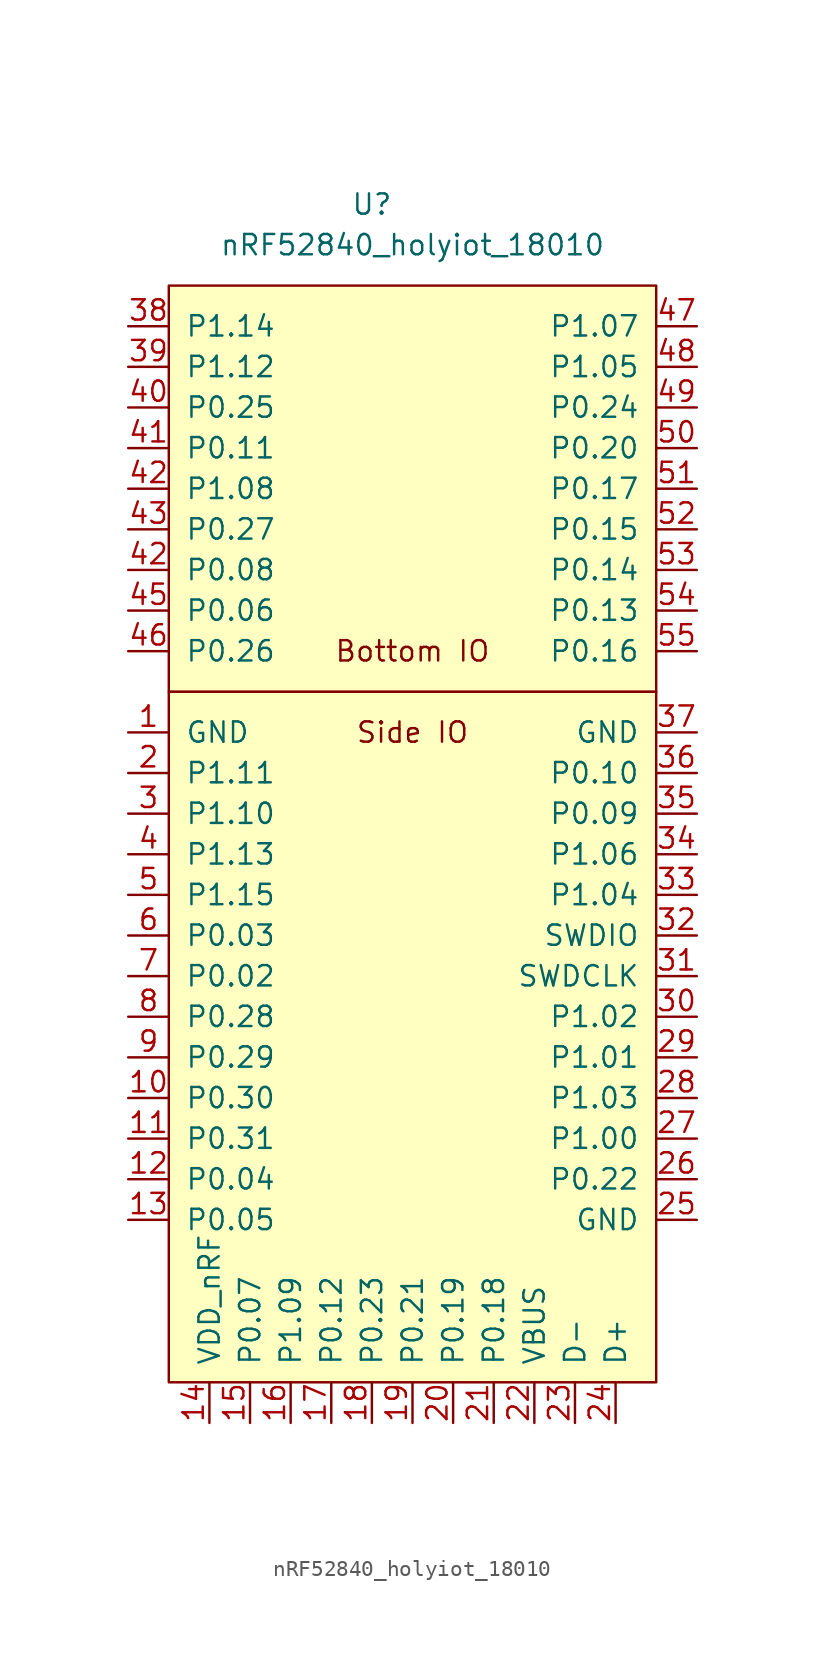
<source format=kicad_sym>
(kicad_symbol_lib
  (version 20211014)
  (generator kicad_symbol_editor)
  (symbol "nRF52840_holyiot_18010"
    (pin_names
      (offset 1.016))
    (property "Reference" "U"
      (at -2.54 30.48 0)
      (effects (font (size 1.27 1.27))))
    (property "Value" "nRF52840_holyiot_18010"
      (at 0 27.94 0)
      (effects (font (size 1.27 1.27))))
    (symbol "nRF52840_holyiot_18010_0_0"
      (rectangle (start -15.24 0) (end 15.24 -43.18) (stroke (width 0) (type default) (color 0 0 0 0)) (fill (type background)))
      (rectangle (start -15.24 0) (end 15.24 25.4) (stroke (width 0) (type default) (color 0 0 0 0)) (fill (type background)))
      (text "Bottom IO" (at 0 2.54 0) (effects (font (size 1.27 1.27))))
      (text "Side IO" (at 0 -2.54 0) (effects (font (size 1.27 1.27)))))
    (symbol "nRF52840_holyiot_18010_1_1"
      (pin power_in line (at -17.78 -2.54 0) (length 2.54) (name "GND" (effects (font (size 1.27 1.27)))) (number "1" (effects (font (size 1.27 1.27)))))
      (pin bidirectional line (at -17.78 -25.4 0) (length 2.54) (name "P0.30" (effects (font (size 1.27 1.27)))) (number "10" (effects (font (size 1.27 1.27)))))
      (pin bidirectional line (at -17.78 -27.94 0) (length 2.54) (name "P0.31" (effects (font (size 1.27 1.27)))) (number "11" (effects (font (size 1.27 1.27)))))
      (pin bidirectional line (at -17.78 -30.48 0) (length 2.54) (name "P0.04" (effects (font (size 1.27 1.27)))) (number "12" (effects (font (size 1.27 1.27)))))
      (pin bidirectional line (at -17.78 -33.02 0) (length 2.54) (name "P0.05" (effects (font (size 1.27 1.27)))) (number "13" (effects (font (size 1.27 1.27)))))
      (pin power_in line (at -12.7 -45.72 90) (length 2.54) (name "VDD_nRF" (effects (font (size 1.27 1.27)))) (number "14" (effects (font (size 1.27 1.27)))))
      (pin bidirectional line (at -10.16 -45.72 90) (length 2.54) (name "P0.07" (effects (font (size 1.27 1.27)))) (number "15" (effects (font (size 1.27 1.27)))))
      (pin bidirectional line (at -7.62 -45.72 90) (length 2.54) (name "P1.09" (effects (font (size 1.27 1.27)))) (number "16" (effects (font (size 1.27 1.27)))))
      (pin bidirectional line (at -5.08 -45.72 90) (length 2.54) (name "P0.12" (effects (font (size 1.27 1.27)))) (number "17" (effects (font (size 1.27 1.27)))))
      (pin bidirectional line (at -2.54 -45.72 90) (length 2.54) (name "P0.23" (effects (font (size 1.27 1.27)))) (number "18" (effects (font (size 1.27 1.27)))))
      (pin bidirectional line (at 0 -45.72 90) (length 2.54) (name "P0.21" (effects (font (size 1.27 1.27)))) (number "19" (effects (font (size 1.27 1.27)))))
      (pin bidirectional line (at -17.78 -5.08 0) (length 2.54) (name "P1.11" (effects (font (size 1.27 1.27)))) (number "2" (effects (font (size 1.27 1.27)))))
      (pin bidirectional line (at 2.54 -45.72 90) (length 2.54) (name "P0.19" (effects (font (size 1.27 1.27)))) (number "20" (effects (font (size 1.27 1.27)))))
      (pin bidirectional line (at 5.08 -45.72 90) (length 2.54) (name "P0.18" (effects (font (size 1.27 1.27)))) (number "21" (effects (font (size 1.27 1.27)))))
      (pin power_in line (at 7.62 -45.72 90) (length 2.54) (name "VBUS" (effects (font (size 1.27 1.27)))) (number "22" (effects (font (size 1.27 1.27)))))
      (pin bidirectional line (at 10.16 -45.72 90) (length 2.54) (name "D-" (effects (font (size 1.27 1.27)))) (number "23" (effects (font (size 1.27 1.27)))))
      (pin bidirectional line (at 12.7 -45.72 90) (length 2.54) (name "D+" (effects (font (size 1.27 1.27)))) (number "24" (effects (font (size 1.27 1.27)))))
      (pin power_in line (at 17.78 -33.02 180) (length 2.54) (name "GND" (effects (font (size 1.27 1.27)))) (number "25" (effects (font (size 1.27 1.27)))))
      (pin bidirectional line (at 17.78 -30.48 180) (length 2.54) (name "P0.22" (effects (font (size 1.27 1.27)))) (number "26" (effects (font (size 1.27 1.27)))))
      (pin bidirectional line (at 17.78 -27.94 180) (length 2.54) (name "P1.00" (effects (font (size 1.27 1.27)))) (number "27" (effects (font (size 1.27 1.27)))))
      (pin bidirectional line (at 17.78 -25.4 180) (length 2.54) (name "P1.03" (effects (font (size 1.27 1.27)))) (number "28" (effects (font (size 1.27 1.27)))))
      (pin bidirectional line (at 17.78 -22.86 180) (length 2.54) (name "P1.01" (effects (font (size 1.27 1.27)))) (number "29" (effects (font (size 1.27 1.27)))))
      (pin bidirectional line (at -17.78 -7.62 0) (length 2.54) (name "P1.10" (effects (font (size 1.27 1.27)))) (number "3" (effects (font (size 1.27 1.27)))))
      (pin bidirectional line (at 17.78 -20.32 180) (length 2.54) (name "P1.02" (effects (font (size 1.27 1.27)))) (number "30" (effects (font (size 1.27 1.27)))))
      (pin bidirectional line (at 17.78 -17.78 180) (length 2.54) (name "SWDCLK" (effects (font (size 1.27 1.27)))) (number "31" (effects (font (size 1.27 1.27)))))
      (pin bidirectional line (at 17.78 -15.24 180) (length 2.54) (name "SWDIO" (effects (font (size 1.27 1.27)))) (number "32" (effects (font (size 1.27 1.27)))))
      (pin bidirectional line (at 17.78 -12.7 180) (length 2.54) (name "P1.04" (effects (font (size 1.27 1.27)))) (number "33" (effects (font (size 1.27 1.27)))))
      (pin bidirectional line (at 17.78 -10.16 180) (length 2.54) (name "P1.06" (effects (font (size 1.27 1.27)))) (number "34" (effects (font (size 1.27 1.27)))))
      (pin bidirectional line (at 17.78 -7.62 180) (length 2.54) (name "P0.09" (effects (font (size 1.27 1.27)))) (number "35" (effects (font (size 1.27 1.27)))))
      (pin bidirectional line (at 17.78 -5.08 180) (length 2.54) (name "P0.10" (effects (font (size 1.27 1.27)))) (number "36" (effects (font (size 1.27 1.27)))))
      (pin power_in line (at 17.78 -2.54 180) (length 2.54) (name "GND" (effects (font (size 1.27 1.27)))) (number "37" (effects (font (size 1.27 1.27)))))
      (pin bidirectional line (at -17.78 22.86 0) (length 2.54) (name "P1.14" (effects (font (size 1.27 1.27)))) (number "38" (effects (font (size 1.27 1.27)))))
      (pin bidirectional line (at -17.78 20.32 0) (length 2.54) (name "P1.12" (effects (font (size 1.27 1.27)))) (number "39" (effects (font (size 1.27 1.27)))))
      (pin bidirectional line (at -17.78 -10.16 0) (length 2.54) (name "P1.13" (effects (font (size 1.27 1.27)))) (number "4" (effects (font (size 1.27 1.27)))))
      (pin bidirectional line (at -17.78 17.78 0) (length 2.54) (name "P0.25" (effects (font (size 1.27 1.27)))) (number "40" (effects (font (size 1.27 1.27)))))
      (pin bidirectional line (at -17.78 15.24 0) (length 2.54) (name "P0.11" (effects (font (size 1.27 1.27)))) (number "41" (effects (font (size 1.27 1.27)))))
      (pin bidirectional line (at -17.78 7.62 0) (length 2.54) (name "P0.08" (effects (font (size 1.27 1.27)))) (number "42" (effects (font (size 1.27 1.27)))))
      (pin bidirectional line (at -17.78 12.7 0) (length 2.54) (name "P1.08" (effects (font (size 1.27 1.27)))) (number "42" (effects (font (size 1.27 1.27)))))
      (pin bidirectional line (at -17.78 10.16 0) (length 2.54) (name "P0.27" (effects (font (size 1.27 1.27)))) (number "43" (effects (font (size 1.27 1.27)))))
      (pin bidirectional line (at -17.78 5.08 0) (length 2.54) (name "P0.06" (effects (font (size 1.27 1.27)))) (number "45" (effects (font (size 1.27 1.27)))))
      (pin bidirectional line (at -17.78 2.54 0) (length 2.54) (name "P0.26" (effects (font (size 1.27 1.27)))) (number "46" (effects (font (size 1.27 1.27)))))
      (pin bidirectional line (at 17.78 22.86 180) (length 2.54) (name "P1.07" (effects (font (size 1.27 1.27)))) (number "47" (effects (font (size 1.27 1.27)))))
      (pin bidirectional line (at 17.78 20.32 180) (length 2.54) (name "P1.05" (effects (font (size 1.27 1.27)))) (number "48" (effects (font (size 1.27 1.27)))))
      (pin bidirectional line (at 17.78 17.78 180) (length 2.54) (name "P0.24" (effects (font (size 1.27 1.27)))) (number "49" (effects (font (size 1.27 1.27)))))
      (pin bidirectional line (at -17.78 -12.7 0) (length 2.54) (name "P1.15" (effects (font (size 1.27 1.27)))) (number "5" (effects (font (size 1.27 1.27)))))
      (pin bidirectional line (at 17.78 15.24 180) (length 2.54) (name "P0.20" (effects (font (size 1.27 1.27)))) (number "50" (effects (font (size 1.27 1.27)))))
      (pin bidirectional line (at 17.78 12.7 180) (length 2.54) (name "P0.17" (effects (font (size 1.27 1.27)))) (number "51" (effects (font (size 1.27 1.27)))))
      (pin bidirectional line (at 17.78 10.16 180) (length 2.54) (name "P0.15" (effects (font (size 1.27 1.27)))) (number "52" (effects (font (size 1.27 1.27)))))
      (pin bidirectional line (at 17.78 7.62 180) (length 2.54) (name "P0.14" (effects (font (size 1.27 1.27)))) (number "53" (effects (font (size 1.27 1.27)))))
      (pin bidirectional line (at 17.78 5.08 180) (length 2.54) (name "P0.13" (effects (font (size 1.27 1.27)))) (number "54" (effects (font (size 1.27 1.27)))))
      (pin bidirectional line (at 17.78 2.54 180) (length 2.54) (name "P0.16" (effects (font (size 1.27 1.27)))) (number "55" (effects (font (size 1.27 1.27)))))
      (pin bidirectional line (at -17.78 -15.24 0) (length 2.54) (name "P0.03" (effects (font (size 1.27 1.27)))) (number "6" (effects (font (size 1.27 1.27)))))
      (pin bidirectional line (at -17.78 -17.78 0) (length 2.54) (name "P0.02" (effects (font (size 1.27 1.27)))) (number "7" (effects (font (size 1.27 1.27)))))
      (pin bidirectional line (at -17.78 -20.32 0) (length 2.54) (name "P0.28" (effects (font (size 1.27 1.27)))) (number "8" (effects (font (size 1.27 1.27)))))
      (pin bidirectional line (at -17.78 -22.86 0) (length 2.54) (name "P0.29" (effects (font (size 1.27 1.27)))) (number "9" (effects (font (size 1.27 1.27))))))))
</source>
